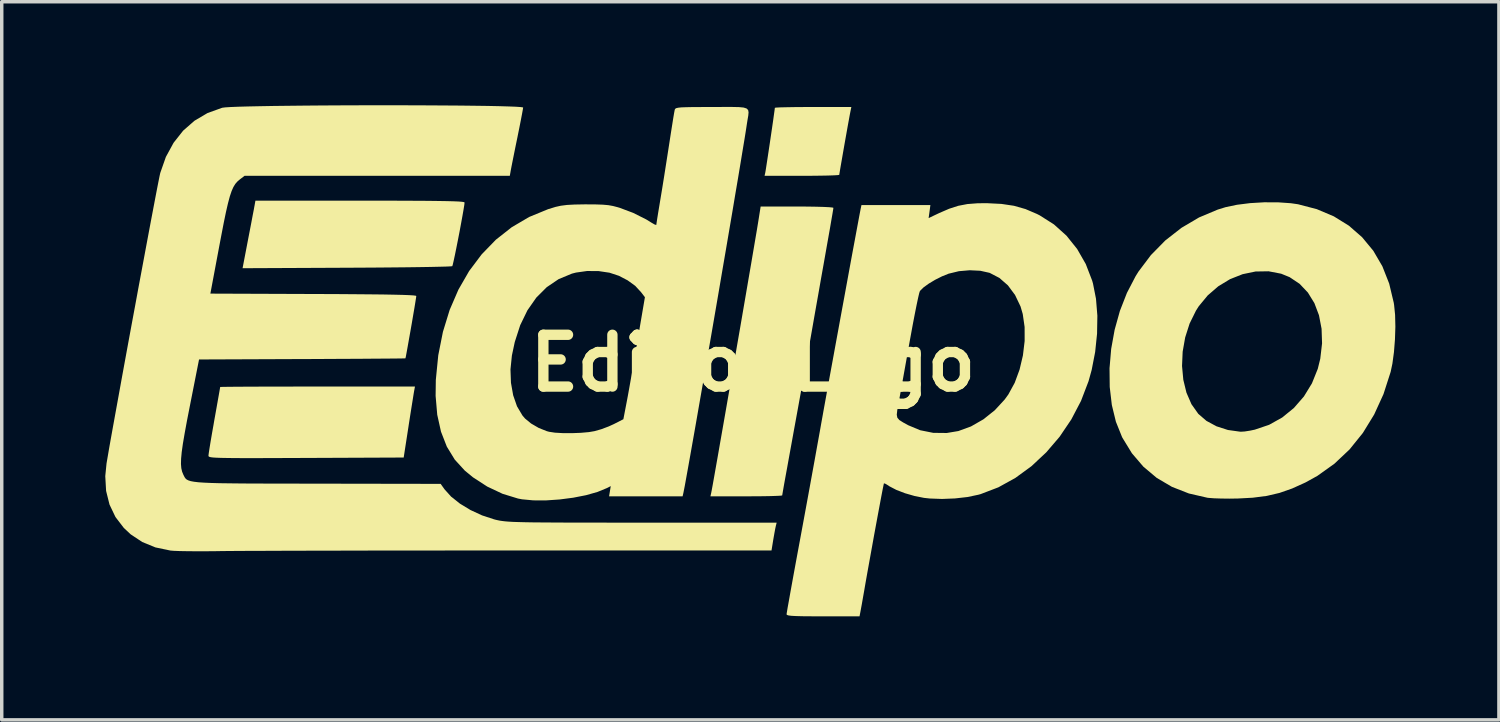
<source format=kicad_pcb>
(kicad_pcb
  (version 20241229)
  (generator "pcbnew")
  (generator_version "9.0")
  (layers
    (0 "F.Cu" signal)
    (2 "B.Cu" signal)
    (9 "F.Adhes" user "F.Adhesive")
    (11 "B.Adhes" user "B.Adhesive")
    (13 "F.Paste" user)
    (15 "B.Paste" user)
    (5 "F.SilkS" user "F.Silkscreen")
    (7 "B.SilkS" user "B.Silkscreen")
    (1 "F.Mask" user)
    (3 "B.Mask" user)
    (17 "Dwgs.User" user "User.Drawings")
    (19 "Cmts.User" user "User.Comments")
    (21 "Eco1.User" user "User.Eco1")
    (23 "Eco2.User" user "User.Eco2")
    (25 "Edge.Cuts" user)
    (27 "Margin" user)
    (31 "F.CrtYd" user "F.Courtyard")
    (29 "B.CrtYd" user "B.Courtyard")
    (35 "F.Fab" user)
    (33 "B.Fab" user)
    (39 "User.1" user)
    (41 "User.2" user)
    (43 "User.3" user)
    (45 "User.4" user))
  (footprint "EdipoSLogo"
    (layer "F.Cu")
    (at 18.764 7.471)
    (property "Reference" "EdipoSLogo" (at 0 0 0) (layer "F.SilkS") (effects (font (size 1.5 1.5) (thickness 0.3))))
    (attr board_only exclude_from_pos_files exclude_from_bom)
    (fp_poly (pts (xy 2.824 -7.283) (xy 2.806 -7.19) (xy 2.778 -7.037) (xy 2.742 -6.84) (xy 2.702 -6.614) (xy 2.659 -6.373) (xy 2.617 -6.133) (xy 2.578 -5.908) (xy 2.544 -5.713) (xy 2.519 -5.564) (xy 2.504 -5.474) (xy 2.502 -5.455) (xy 2.461 -5.448) (xy 2.347 -5.441) (xy 2.171 -5.435) (xy 1.943 -5.431) (xy 1.676 -5.428) (xy 1.42 -5.428) (xy 0.338 -5.428) (xy 0.359 -5.523) (xy 0.37 -5.587) (xy 0.39 -5.716) (xy 0.418 -5.898) (xy 0.451 -6.116) (xy 0.487 -6.355) (xy 0.523 -6.6) (xy 0.558 -6.837) (xy 0.589 -7.051) (xy 0.613 -7.225) (xy 0.63 -7.346) (xy 0.636 -7.398) (xy 0.636 -7.398) (xy 0.677 -7.404) (xy 0.791 -7.41) (xy 0.968 -7.414) (xy 1.196 -7.418) (xy 1.465 -7.42) (xy 1.744 -7.421) (xy 2.852 -7.421)) (stroke (width 0) (type solid)) (fill yes) (layer "F.SilkS"))
    (fp_poly (pts (xy -10.781 -4.707) (xy -10.259 -4.706) (xy -9.812 -4.704) (xy -9.435 -4.702) (xy -9.124 -4.698) (xy -8.872 -4.694) (xy -8.677 -4.689) (xy -8.532 -4.683) (xy -8.434 -4.675) (xy -8.376 -4.666) (xy -8.355 -4.656) (xy -8.354 -4.654) (xy -8.362 -4.582) (xy -8.384 -4.447) (xy -8.416 -4.263) (xy -8.456 -4.044) (xy -8.5 -3.807) (xy -8.547 -3.565) (xy -8.593 -3.334) (xy -8.635 -3.127) (xy -8.671 -2.961) (xy -8.697 -2.85) (xy -8.71 -2.809) (xy -8.757 -2.804) (xy -8.882 -2.798) (xy -9.077 -2.793) (xy -9.338 -2.787) (xy -9.655 -2.782) (xy -10.024 -2.777) (xy -10.436 -2.773) (xy -10.885 -2.769) (xy -11.365 -2.766) (xy -11.764 -2.764) (xy -14.786 -2.75) (xy -14.629 -3.569) (xy -14.578 -3.834) (xy -14.531 -4.079) (xy -14.491 -4.291) (xy -14.46 -4.451) (xy -14.443 -4.546) (xy -14.442 -4.548) (xy -14.414 -4.707) (xy -11.384 -4.707)) (stroke (width 0) (type solid)) (fill yes) (layer "F.SilkS"))
    (fp_poly (pts (xy -9.817 0.816) (xy -9.831 0.899) (xy -9.855 1.051) (xy -9.888 1.256) (xy -9.927 1.502) (xy -9.969 1.771) (xy -9.98 1.845) (xy -10.118 2.735) (xy -12.946 2.747) (xy -13.505 2.749) (xy -13.985 2.751) (xy -14.393 2.752) (xy -14.733 2.752) (xy -15.013 2.751) (xy -15.237 2.748) (xy -15.413 2.745) (xy -15.545 2.74) (xy -15.641 2.734) (xy -15.706 2.726) (xy -15.745 2.716) (xy -15.766 2.704) (xy -15.774 2.69) (xy -15.774 2.681) (xy -15.767 2.619) (xy -15.747 2.486) (xy -15.716 2.295) (xy -15.676 2.06) (xy -15.629 1.794) (xy -15.605 1.654) (xy -15.556 1.381) (xy -15.513 1.138) (xy -15.477 0.936) (xy -15.451 0.788) (xy -15.437 0.705) (xy -15.435 0.691) (xy -15.394 0.689) (xy -15.275 0.687) (xy -15.085 0.685) (xy -14.831 0.683) (xy -14.52 0.682) (xy -14.159 0.68) (xy -13.755 0.68) (xy -13.315 0.679) (xy -12.846 0.679) (xy -12.613 0.678) (xy -9.791 0.678)) (stroke (width 0) (type solid)) (fill yes) (layer "F.SilkS"))
    (fp_poly (pts (xy 1.567 -4.536) (xy 1.826 -4.532) (xy 2.043 -4.526) (xy 2.207 -4.518) (xy 2.306 -4.508) (xy 2.332 -4.5) (xy 2.325 -4.45) (xy 2.305 -4.328) (xy 2.273 -4.144) (xy 2.233 -3.909) (xy 2.184 -3.633) (xy 2.13 -3.329) (xy 2.118 -3.26) (xy 2.05 -2.875) (xy 1.974 -2.45) (xy 1.897 -2.01) (xy 1.821 -1.583) (xy 1.753 -1.196) (xy 1.718 -0.996) (xy 1.669 -0.717) (xy 1.607 -0.37) (xy 1.536 0.028) (xy 1.458 0.462) (xy 1.376 0.915) (xy 1.293 1.372) (xy 1.212 1.816) (xy 1.19 1.935) (xy 1.12 2.323) (xy 1.054 2.684) (xy 0.995 3.011) (xy 0.943 3.295) (xy 0.901 3.527) (xy 0.871 3.7) (xy 0.853 3.805) (xy 0.848 3.833) (xy 0.808 3.84) (xy 0.694 3.846) (xy 0.518 3.852) (xy 0.292 3.856) (xy 0.027 3.858) (xy -0.192 3.859) (xy -1.231 3.859) (xy -1.209 3.763) (xy -1.195 3.692) (xy -1.168 3.545) (xy -1.129 3.328) (xy -1.08 3.05) (xy -1.021 2.717) (xy -0.955 2.337) (xy -0.881 1.917) (xy -0.802 1.465) (xy -0.719 0.988) (xy -0.633 0.492) (xy -0.545 -0.014) (xy -0.457 -0.524) (xy -0.369 -1.03) (xy -0.284 -1.525) (xy -0.202 -2.001) (xy -0.125 -2.452) (xy -0.053 -2.87) (xy 0.011 -3.247) (xy 0.067 -3.577) (xy 0.114 -3.852) (xy 0.149 -4.065) (xy 0.172 -4.208) (xy 0.172 -4.209) (xy 0.224 -4.537) (xy 1.278 -4.537)) (stroke (width 0) (type solid)) (fill yes) (layer "F.SilkS"))
    (fp_poly (pts (xy 15.216 -4.659) (xy 15.587 -4.633) (xy 15.794 -4.603) (xy 16.338 -4.461) (xy 16.83 -4.253) (xy 17.269 -3.981) (xy 17.651 -3.647) (xy 17.975 -3.255) (xy 18.237 -2.806) (xy 18.435 -2.304) (xy 18.567 -1.75) (xy 18.577 -1.688) (xy 18.606 -1.398) (xy 18.614 -1.054) (xy 18.602 -0.686) (xy 18.573 -0.32) (xy 18.528 0.014) (xy 18.477 0.254) (xy 18.27 0.897) (xy 18 1.488) (xy 17.672 2.023) (xy 17.287 2.5) (xy 16.847 2.915) (xy 16.355 3.266) (xy 16.008 3.458) (xy 15.624 3.632) (xy 15.258 3.76) (xy 14.887 3.847) (xy 14.483 3.899) (xy 14.057 3.922) (xy 13.809 3.926) (xy 13.567 3.923) (xy 13.357 3.916) (xy 13.201 3.904) (xy 13.168 3.9) (xy 12.63 3.776) (xy 12.14 3.584) (xy 11.7 3.325) (xy 11.313 3) (xy 10.981 2.612) (xy 10.705 2.161) (xy 10.692 2.134) (xy 10.517 1.698) (xy 10.399 1.213) (xy 10.338 0.691) (xy 10.332 0.146) (xy 10.338 0.083) (xy 12.433 0.083) (xy 12.47 0.483) (xy 12.561 0.856) (xy 12.706 1.19) (xy 12.906 1.472) (xy 12.907 1.472) (xy 13.14 1.673) (xy 13.431 1.83) (xy 13.763 1.937) (xy 14.115 1.986) (xy 14.142 1.987) (xy 14.25 1.98) (xy 14.404 1.956) (xy 14.542 1.927) (xy 14.956 1.787) (xy 15.336 1.575) (xy 15.674 1.299) (xy 15.964 0.966) (xy 16.197 0.585) (xy 16.366 0.165) (xy 16.438 -0.127) (xy 16.49 -0.573) (xy 16.476 -0.995) (xy 16.401 -1.386) (xy 16.268 -1.738) (xy 16.079 -2.045) (xy 15.839 -2.298) (xy 15.55 -2.491) (xy 15.305 -2.591) (xy 14.94 -2.661) (xy 14.564 -2.655) (xy 14.188 -2.577) (xy 13.824 -2.433) (xy 13.483 -2.226) (xy 13.177 -1.962) (xy 12.917 -1.647) (xy 12.837 -1.521) (xy 12.652 -1.146) (xy 12.524 -0.745) (xy 12.451 -0.331) (xy 12.433 0.083) (xy 10.338 0.083) (xy 10.38 -0.412) (xy 10.481 -0.969) (xy 10.633 -1.514) (xy 10.836 -2.034) (xy 11.087 -2.517) (xy 11.171 -2.652) (xy 11.531 -3.13) (xy 11.949 -3.555) (xy 12.418 -3.921) (xy 12.926 -4.221) (xy 13.466 -4.448) (xy 13.696 -4.519) (xy 14.025 -4.588) (xy 14.406 -4.636) (xy 14.813 -4.66)) (stroke (width 0) (type solid)) (fill yes) (layer "F.SilkS"))
    (fp_poly (pts (xy -0.402 -7.418) (xy -0.269 -7.405) (xy -0.184 -7.378) (xy -0.139 -7.334) (xy -0.126 -7.268) (xy -0.134 -7.175) (xy -0.155 -7.053) (xy -0.173 -6.941) (xy -0.201 -6.756) (xy -0.242 -6.5) (xy -0.295 -6.181) (xy -0.357 -5.804) (xy -0.428 -5.377) (xy -0.508 -4.906) (xy -0.593 -4.398) (xy -0.685 -3.858) (xy -0.781 -3.294) (xy -0.881 -2.712) (xy -0.982 -2.118) (xy -1.085 -1.519) (xy -1.188 -0.921) (xy -1.29 -0.332) (xy -1.389 0.244) (xy -1.486 0.798) (xy -1.578 1.325) (xy -1.664 1.819) (xy -1.744 2.272) (xy -1.816 2.678) (xy -1.879 3.031) (xy -1.932 3.324) (xy -1.973 3.551) (xy -2.003 3.704) (xy -2.015 3.763) (xy -2.037 3.859) (xy -3.102 3.859) (xy -4.167 3.859) (xy -4.143 3.711) (xy -4.119 3.563) (xy -4.233 3.621) (xy -4.502 3.732) (xy -4.834 3.826) (xy -5.207 3.899) (xy -5.6 3.95) (xy -5.993 3.977) (xy -6.364 3.976) (xy -6.692 3.945) (xy -6.806 3.923) (xy -7.253 3.786) (xy -7.696 3.577) (xy -8.111 3.308) (xy -8.347 3.114) (xy -8.637 2.797) (xy -8.868 2.42) (xy -9.037 1.986) (xy -9.146 1.495) (xy -9.193 0.949) (xy -9.187 0.488) (xy -9.157 0.182) (xy -7.024 0.182) (xy -7.01 0.57) (xy -6.946 0.931) (xy -6.835 1.251) (xy -6.678 1.516) (xy -6.602 1.605) (xy -6.427 1.749) (xy -6.205 1.878) (xy -5.972 1.971) (xy -5.905 1.989) (xy -5.733 2.015) (xy -5.504 2.028) (xy -5.246 2.029) (xy -4.985 2.019) (xy -4.75 1.998) (xy -4.587 1.97) (xy -4.391 1.914) (xy -4.176 1.833) (xy -4.027 1.765) (xy -3.753 1.625) (xy -3.66 1.141) (xy -3.628 0.973) (xy -3.585 0.736) (xy -3.534 0.448) (xy -3.477 0.123) (xy -3.417 -0.222) (xy -3.357 -0.571) (xy -3.348 -0.626) (xy -3.129 -1.91) (xy -3.241 -2.056) (xy -3.411 -2.24) (xy -3.629 -2.398) (xy -3.882 -2.53) (xy -4.155 -2.62) (xy -4.472 -2.667) (xy -4.806 -2.669) (xy -5.126 -2.624) (xy -5.245 -2.593) (xy -5.63 -2.433) (xy -5.974 -2.2) (xy -6.276 -1.898) (xy -6.533 -1.53) (xy -6.742 -1.1) (xy -6.9 -0.611) (xy -6.983 -0.22) (xy -7.024 0.182) (xy -9.157 0.182) (xy -9.116 -0.229) (xy -8.981 -0.907) (xy -8.786 -1.542) (xy -8.532 -2.13) (xy -8.222 -2.668) (xy -7.859 -3.151) (xy -7.447 -3.576) (xy -6.987 -3.938) (xy -6.482 -4.235) (xy -5.935 -4.46) (xy -5.716 -4.527) (xy -5.566 -4.56) (xy -5.388 -4.583) (xy -5.166 -4.595) (xy -4.88 -4.6) (xy -4.813 -4.6) (xy -4.549 -4.598) (xy -4.348 -4.591) (xy -4.19 -4.577) (xy -4.055 -4.553) (xy -3.92 -4.518) (xy -3.859 -4.5) (xy -3.466 -4.352) (xy -3.092 -4.164) (xy -2.936 -4.068) (xy -2.85 -4.018) (xy -2.802 -4.003) (xy -2.799 -4.007) (xy -2.792 -4.057) (xy -2.774 -4.176) (xy -2.746 -4.351) (xy -2.71 -4.567) (xy -2.674 -4.785) (xy -2.625 -5.081) (xy -2.569 -5.43) (xy -2.511 -5.8) (xy -2.455 -6.158) (xy -2.417 -6.403) (xy -2.376 -6.669) (xy -2.338 -6.909) (xy -2.306 -7.11) (xy -2.281 -7.257) (xy -2.265 -7.339) (xy -2.263 -7.346) (xy -2.251 -7.369) (xy -2.222 -7.387) (xy -2.166 -7.4) (xy -2.075 -7.41) (xy -1.937 -7.415) (xy -1.743 -7.419) (xy -1.483 -7.42) (xy -1.184 -7.421) (xy -0.851 -7.422) (xy -0.593 -7.422)) (stroke (width 0) (type solid)) (fill yes) (layer "F.SilkS"))
    (fp_poly (pts (xy 7.201 -4.613) (xy 7.563 -4.559) (xy 7.897 -4.464) (xy 8.227 -4.323) (xy 8.31 -4.281) (xy 8.721 -4.02) (xy 9.085 -3.693) (xy 9.394 -3.307) (xy 9.644 -2.871) (xy 9.829 -2.391) (xy 9.853 -2.307) (xy 9.94 -1.865) (xy 9.98 -1.373) (xy 9.971 -0.853) (xy 9.916 -0.323) (xy 9.815 0.197) (xy 9.724 0.525) (xy 9.506 1.095) (xy 9.224 1.633) (xy 8.886 2.133) (xy 8.498 2.586) (xy 8.069 2.987) (xy 7.604 3.326) (xy 7.112 3.598) (xy 6.6 3.794) (xy 6.531 3.813) (xy 6.218 3.879) (xy 5.856 3.92) (xy 5.48 3.935) (xy 5.124 3.922) (xy 4.958 3.904) (xy 4.682 3.849) (xy 4.405 3.769) (xy 4.154 3.672) (xy 3.956 3.569) (xy 3.931 3.551) (xy 3.847 3.499) (xy 3.799 3.482) (xy 3.796 3.483) (xy 3.786 3.527) (xy 3.762 3.644) (xy 3.727 3.825) (xy 3.683 4.06) (xy 3.631 4.338) (xy 3.573 4.651) (xy 3.511 4.987) (xy 3.448 5.337) (xy 3.384 5.692) (xy 3.321 6.04) (xy 3.262 6.373) (xy 3.224 6.594) (xy 3.187 6.803) (xy 3.154 6.992) (xy 3.127 7.138) (xy 3.112 7.219) (xy 3.089 7.336) (xy 2.032 7.336) (xy 1.698 7.335) (xy 1.44 7.333) (xy 1.249 7.328) (xy 1.116 7.321) (xy 1.032 7.31) (xy 0.988 7.296) (xy 0.975 7.277) (xy 0.975 7.277) (xy 0.983 7.224) (xy 1.004 7.097) (xy 1.039 6.903) (xy 1.084 6.65) (xy 1.139 6.346) (xy 1.202 6) (xy 1.272 5.62) (xy 1.347 5.215) (xy 1.36 5.146) (xy 1.445 4.686) (xy 1.533 4.209) (xy 1.621 3.729) (xy 1.706 3.263) (xy 1.786 2.824) (xy 1.857 2.429) (xy 1.918 2.092) (xy 1.951 1.908) (xy 1.987 1.704) (xy 2.025 1.496) (xy 4.168 1.496) (xy 4.185 1.582) (xy 4.243 1.649) (xy 4.352 1.718) (xy 4.499 1.799) (xy 4.846 1.944) (xy 5.225 2.02) (xy 5.616 2.024) (xy 5.952 1.968) (xy 6.319 1.834) (xy 6.678 1.628) (xy 7.008 1.365) (xy 7.292 1.057) (xy 7.401 0.907) (xy 7.585 0.57) (xy 7.726 0.187) (xy 7.823 -0.223) (xy 7.873 -0.641) (xy 7.872 -1.047) (xy 7.818 -1.423) (xy 7.754 -1.642) (xy 7.595 -1.974) (xy 7.388 -2.253) (xy 7.142 -2.468) (xy 6.866 -2.612) (xy 6.853 -2.617) (xy 6.588 -2.676) (xy 6.283 -2.691) (xy 5.969 -2.664) (xy 5.677 -2.593) (xy 5.674 -2.593) (xy 5.48 -2.515) (xy 5.281 -2.415) (xy 5.097 -2.305) (xy 4.946 -2.196) (xy 4.849 -2.101) (xy 4.834 -2.078) (xy 4.815 -2.015) (xy 4.784 -1.88) (xy 4.742 -1.682) (xy 4.692 -1.432) (xy 4.636 -1.141) (xy 4.577 -0.819) (xy 4.537 -0.601) (xy 4.474 -0.248) (xy 4.412 0.097) (xy 4.354 0.42) (xy 4.302 0.708) (xy 4.259 0.946) (xy 4.227 1.121) (xy 4.216 1.178) (xy 4.182 1.368) (xy 4.168 1.496) (xy 2.025 1.496) (xy 2.035 1.437) (xy 2.093 1.118) (xy 2.159 0.754) (xy 2.232 0.352) (xy 2.311 -0.077) (xy 2.393 -0.527) (xy 2.478 -0.989) (xy 2.563 -1.454) (xy 2.648 -1.914) (xy 2.73 -2.362) (xy 2.808 -2.788) (xy 2.881 -3.184) (xy 2.948 -3.543) (xy 3.006 -3.855) (xy 3.054 -4.113) (xy 3.09 -4.307) (xy 3.114 -4.431) (xy 3.12 -4.463) (xy 3.145 -4.58) (xy 4.144 -4.58) (xy 5.142 -4.58) (xy 5.117 -4.391) (xy 5.091 -4.203) (xy 5.397 -4.348) (xy 5.686 -4.473) (xy 5.949 -4.558) (xy 6.215 -4.609) (xy 6.514 -4.632) (xy 6.785 -4.634)) (stroke (width 0) (type solid)) (fill yes) (layer "F.SilkS"))
    (fp_poly (pts (xy -9.921 -7.47) (xy -9.417 -7.468) (xy -8.935 -7.465) (xy -8.481 -7.462) (xy -8.062 -7.457) (xy -7.685 -7.452) (xy -7.356 -7.445) (xy -7.082 -7.437) (xy -6.871 -7.429) (xy -6.728 -7.419) (xy -6.662 -7.409) (xy -6.657 -7.406) (xy -6.666 -7.348) (xy -6.689 -7.221) (xy -6.724 -7.038) (xy -6.768 -6.815) (xy -6.819 -6.563) (xy -6.822 -6.547) (xy -6.876 -6.286) (xy -6.925 -6.043) (xy -6.967 -5.834) (xy -6.998 -5.677) (xy -7.015 -5.587) (xy -7.043 -5.428) (xy -10.885 -5.428) (xy -14.727 -5.428) (xy -14.865 -5.323) (xy -14.935 -5.263) (xy -14.997 -5.192) (xy -15.052 -5.102) (xy -15.104 -4.984) (xy -15.156 -4.829) (xy -15.209 -4.63) (xy -15.267 -4.378) (xy -15.332 -4.063) (xy -15.406 -3.679) (xy -15.455 -3.422) (xy -15.719 -2.014) (xy -12.736 -2.003) (xy -12.113 -2.001) (xy -11.57 -1.997) (xy -11.106 -1.993) (xy -10.717 -1.989) (xy -10.398 -1.983) (xy -10.148 -1.977) (xy -9.961 -1.97) (xy -9.836 -1.962) (xy -9.768 -1.953) (xy -9.753 -1.945) (xy -9.76 -1.892) (xy -9.779 -1.772) (xy -9.807 -1.6) (xy -9.843 -1.391) (xy -9.882 -1.16) (xy -9.924 -0.921) (xy -9.965 -0.691) (xy -10.002 -0.482) (xy -10.033 -0.311) (xy -10.055 -0.192) (xy -10.067 -0.14) (xy -10.067 -0.139) (xy -10.11 -0.137) (xy -10.231 -0.135) (xy -10.423 -0.133) (xy -10.679 -0.131) (xy -10.993 -0.129) (xy -11.358 -0.126) (xy -11.767 -0.124) (xy -12.213 -0.122) (xy -12.689 -0.119) (xy -13.061 -0.118) (xy -16.047 -0.106) (xy -16.311 1.23) (xy -16.397 1.669) (xy -16.464 2.034) (xy -16.515 2.333) (xy -16.549 2.575) (xy -16.567 2.769) (xy -16.571 2.923) (xy -16.561 3.045) (xy -16.538 3.144) (xy -16.506 3.223) (xy -16.484 3.268) (xy -16.463 3.308) (xy -16.438 3.343) (xy -16.404 3.373) (xy -16.354 3.398) (xy -16.284 3.42) (xy -16.189 3.437) (xy -16.062 3.452) (xy -15.9 3.463) (xy -15.695 3.472) (xy -15.443 3.479) (xy -15.139 3.483) (xy -14.777 3.487) (xy -14.352 3.489) (xy -13.859 3.49) (xy -13.291 3.491) (xy -12.644 3.492) (xy -12.618 3.492) (xy -9.047 3.498) (xy -8.936 3.654) (xy -8.745 3.867) (xy -8.488 4.071) (xy -8.183 4.256) (xy -7.848 4.411) (xy -7.501 4.525) (xy -7.452 4.538) (xy -7.39 4.552) (xy -7.325 4.565) (xy -7.254 4.575) (xy -7.169 4.585) (xy -7.066 4.593) (xy -6.939 4.6) (xy -6.781 4.605) (xy -6.589 4.61) (xy -6.356 4.614) (xy -6.076 4.616) (xy -5.744 4.618) (xy -5.354 4.62) (xy -4.901 4.621) (xy -4.379 4.621) (xy -3.783 4.622) (xy -3.208 4.622) (xy 0.688 4.622) (xy 0.664 4.717) (xy 0.645 4.806) (xy 0.619 4.948) (xy 0.59 5.114) (xy 0.589 5.12) (xy 0.539 5.428) (xy -6.89 5.428) (xy -7.697 5.428) (xy -8.493 5.428) (xy -9.272 5.429) (xy -10.03 5.429) (xy -10.761 5.43) (xy -11.46 5.431) (xy -12.121 5.433) (xy -12.74 5.434) (xy -13.312 5.435) (xy -13.83 5.437) (xy -14.29 5.439) (xy -14.687 5.44) (xy -15.015 5.442) (xy -15.27 5.444) (xy -15.445 5.446) (xy -15.46 5.447) (xy -15.779 5.45) (xy -16.086 5.451) (xy -16.365 5.449) (xy -16.601 5.445) (xy -16.78 5.438) (xy -16.877 5.43) (xy -17.311 5.339) (xy -17.692 5.183) (xy -18.027 4.961) (xy -18.226 4.775) (xy -18.469 4.458) (xy -18.641 4.098) (xy -18.74 3.701) (xy -18.764 3.274) (xy -18.727 2.904) (xy -18.693 2.706) (xy -18.648 2.443) (xy -18.591 2.123) (xy -18.524 1.752) (xy -18.449 1.338) (xy -18.367 0.887) (xy -18.28 0.406) (xy -18.188 -0.097) (xy -18.093 -0.615) (xy -17.996 -1.141) (xy -17.898 -1.668) (xy -17.802 -2.19) (xy -17.707 -2.698) (xy -17.616 -3.186) (xy -17.53 -3.647) (xy -17.45 -4.073) (xy -17.377 -4.458) (xy -17.313 -4.795) (xy -17.259 -5.076) (xy -17.216 -5.294) (xy -17.186 -5.443) (xy -17.17 -5.513) (xy -17.008 -5.975) (xy -16.785 -6.384) (xy -16.508 -6.735) (xy -16.179 -7.023) (xy -15.803 -7.245) (xy -15.384 -7.396) (xy -15.373 -7.399) (xy -15.289 -7.41) (xy -15.131 -7.42) (xy -14.906 -7.429) (xy -14.619 -7.437) (xy -14.279 -7.444) (xy -13.892 -7.451) (xy -13.465 -7.456) (xy -13.004 -7.461) (xy -12.517 -7.465) (xy -12.01 -7.468) (xy -11.49 -7.47) (xy -10.964 -7.471) (xy -10.438 -7.471)) (stroke (width 0) (type solid)) (fill yes) (layer "F.SilkS")))
  (gr_rect
    (start -3 -3)
    (end 40.378 17.807)
    (stroke (width 0.1) (type default))
    (fill no)
    (layer "Edge.Cuts")))
</source>
